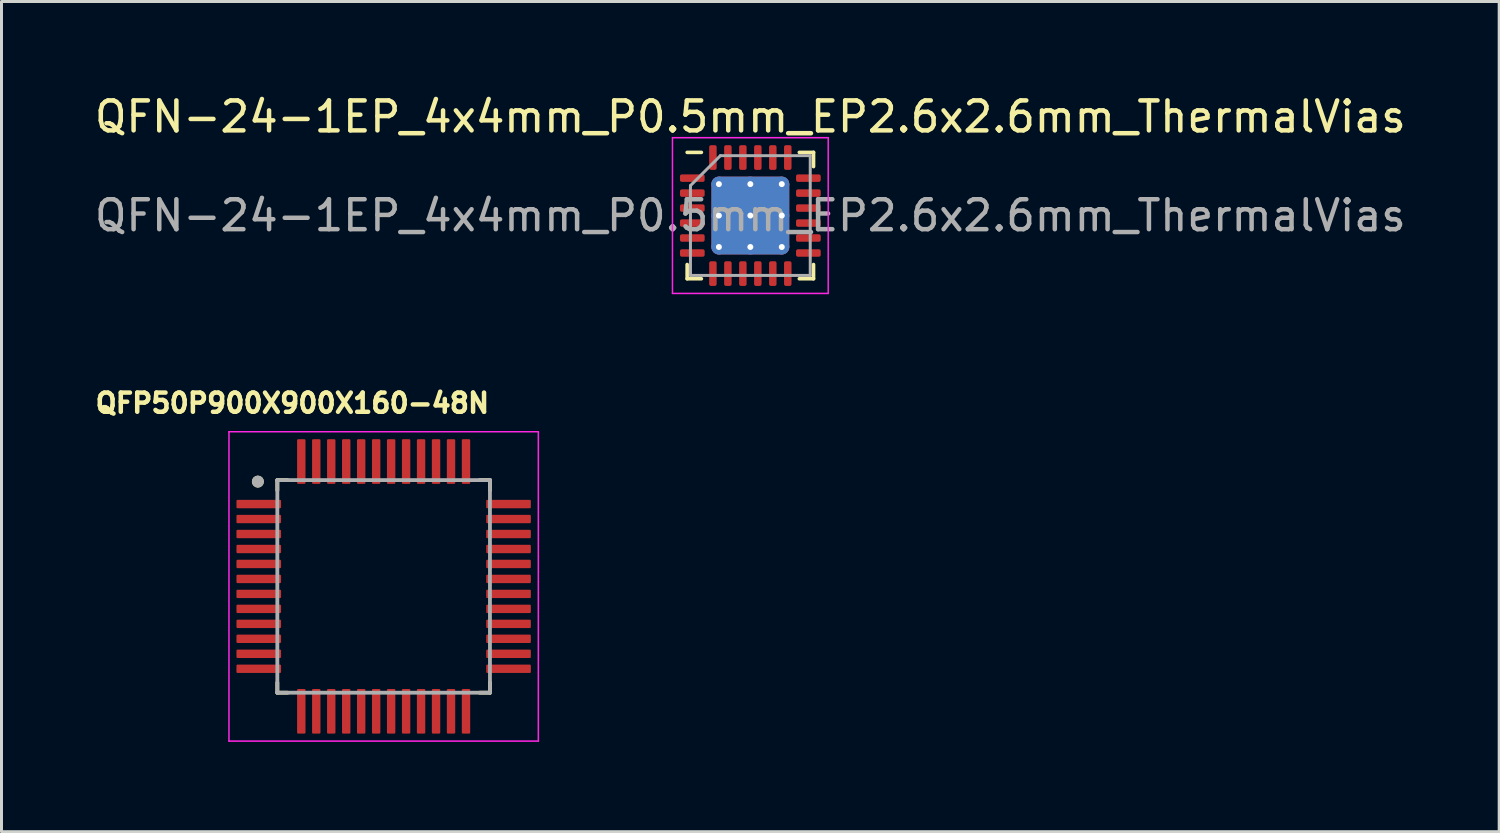
<source format=kicad_pcb>
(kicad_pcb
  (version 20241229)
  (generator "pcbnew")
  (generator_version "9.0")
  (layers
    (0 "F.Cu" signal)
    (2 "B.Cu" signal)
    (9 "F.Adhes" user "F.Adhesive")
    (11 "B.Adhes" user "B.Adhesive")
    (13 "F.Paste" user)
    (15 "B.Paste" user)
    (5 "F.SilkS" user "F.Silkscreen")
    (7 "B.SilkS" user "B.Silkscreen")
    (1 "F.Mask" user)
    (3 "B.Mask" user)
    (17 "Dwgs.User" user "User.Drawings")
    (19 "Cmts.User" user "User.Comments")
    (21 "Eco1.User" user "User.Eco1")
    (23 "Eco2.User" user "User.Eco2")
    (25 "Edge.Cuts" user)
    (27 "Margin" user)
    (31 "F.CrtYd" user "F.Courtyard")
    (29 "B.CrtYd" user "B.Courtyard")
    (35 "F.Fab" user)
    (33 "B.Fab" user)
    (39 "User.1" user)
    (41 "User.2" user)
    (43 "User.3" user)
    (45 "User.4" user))
  (footprint "QFN-24-1EP_4x4mm_P0.5mm_EP2.6x2.6mm_ThermalVias"
    (layer "F.Cu")
    (at 22.006 4.148)
    (property "Reference" "QFN-24-1EP_4x4mm_P0.5mm_EP2.6x2.6mm_ThermalVias" (at 0 -3.3 0) (layer "F.SilkS") (effects (font (size 1 1) (thickness 0.15))))
    (attr smd)
    (fp_line (start -2.11 2.11) (end -2.11 1.635) (stroke (width 0.12) (type solid)) (layer "F.SilkS"))
    (fp_line (start -1.635 -2.11) (end -2.11 -2.11) (stroke (width 0.12) (type solid)) (layer "F.SilkS"))
    (fp_line (start -1.635 2.11) (end -2.11 2.11) (stroke (width 0.12) (type solid)) (layer "F.SilkS"))
    (fp_line (start 1.635 -2.11) (end 2.11 -2.11) (stroke (width 0.12) (type solid)) (layer "F.SilkS"))
    (fp_line (start 1.635 2.11) (end 2.11 2.11) (stroke (width 0.12) (type solid)) (layer "F.SilkS"))
    (fp_line (start 2.11 -2.11) (end 2.11 -1.635) (stroke (width 0.12) (type solid)) (layer "F.SilkS"))
    (fp_line (start 2.11 2.11) (end 2.11 1.635) (stroke (width 0.12) (type solid)) (layer "F.SilkS"))
    (fp_line (start -2.6 -2.6) (end -2.6 2.6) (stroke (width 0.05) (type solid)) (layer "F.CrtYd"))
    (fp_line (start -2.6 2.6) (end 2.6 2.6) (stroke (width 0.05) (type solid)) (layer "F.CrtYd"))
    (fp_line (start 2.6 -2.6) (end -2.6 -2.6) (stroke (width 0.05) (type solid)) (layer "F.CrtYd"))
    (fp_line (start 2.6 2.6) (end 2.6 -2.6) (stroke (width 0.05) (type solid)) (layer "F.CrtYd"))
    (fp_line (start -2 -1) (end -1 -2) (stroke (width 0.1) (type solid)) (layer "F.Fab"))
    (fp_line (start -2 2) (end -2 -1) (stroke (width 0.1) (type solid)) (layer "F.Fab"))
    (fp_line (start -1 -2) (end 2 -2) (stroke (width 0.1) (type solid)) (layer "F.Fab"))
    (fp_line (start 2 -2) (end 2 2) (stroke (width 0.1) (type solid)) (layer "F.Fab"))
    (fp_line (start 2 2) (end -2 2) (stroke (width 0.1) (type solid)) (layer "F.Fab"))
    (fp_text user "${REFERENCE}" (at 0 0 0) (layer "F.Fab") (effects (font (size 1 1) (thickness 0.15))))
    (pad "" smd roundrect (at -0.65 -0.65) (size 1.13 1.13) (layers "F.Paste") (roundrect_rratio 0.221))
    (pad "" smd roundrect (at -0.65 0.65) (size 1.13 1.13) (layers "F.Paste") (roundrect_rratio 0.221))
    (pad "" smd roundrect (at 0.65 -0.65) (size 1.13 1.13) (layers "F.Paste") (roundrect_rratio 0.221))
    (pad "" smd roundrect (at 0.65 0.65) (size 1.13 1.13) (layers "F.Paste") (roundrect_rratio 0.221))
    (pad "1" smd roundrect (at -1.938 -1.25) (size 0.825 0.25) (layers "F.Cu" "F.Mask" "F.Paste") (roundrect_rratio 0.25))
    (pad "2" smd roundrect (at -1.938 -0.75) (size 0.825 0.25) (layers "F.Cu" "F.Mask" "F.Paste") (roundrect_rratio 0.25))
    (pad "3" smd roundrect (at -1.938 -0.25) (size 0.825 0.25) (layers "F.Cu" "F.Mask" "F.Paste") (roundrect_rratio 0.25))
    (pad "4" smd roundrect (at -1.938 0.25) (size 0.825 0.25) (layers "F.Cu" "F.Mask" "F.Paste") (roundrect_rratio 0.25))
    (pad "5" smd roundrect (at -1.938 0.75) (size 0.825 0.25) (layers "F.Cu" "F.Mask" "F.Paste") (roundrect_rratio 0.25))
    (pad "6" smd roundrect (at -1.938 1.25) (size 0.825 0.25) (layers "F.Cu" "F.Mask" "F.Paste") (roundrect_rratio 0.25))
    (pad "7" smd roundrect (at -1.25 1.938) (size 0.25 0.825) (layers "F.Cu" "F.Mask" "F.Paste") (roundrect_rratio 0.25))
    (pad "8" smd roundrect (at -0.75 1.938) (size 0.25 0.825) (layers "F.Cu" "F.Mask" "F.Paste") (roundrect_rratio 0.25))
    (pad "9" smd roundrect (at -0.25 1.938) (size 0.25 0.825) (layers "F.Cu" "F.Mask" "F.Paste") (roundrect_rratio 0.25))
    (pad "10" smd roundrect (at 0.25 1.938) (size 0.25 0.825) (layers "F.Cu" "F.Mask" "F.Paste") (roundrect_rratio 0.25))
    (pad "11" smd roundrect (at 0.75 1.938) (size 0.25 0.825) (layers "F.Cu" "F.Mask" "F.Paste") (roundrect_rratio 0.25))
    (pad "12" smd roundrect (at 1.25 1.938) (size 0.25 0.825) (layers "F.Cu" "F.Mask" "F.Paste") (roundrect_rratio 0.25))
    (pad "13" smd roundrect (at 1.938 1.25) (size 0.825 0.25) (layers "F.Cu" "F.Mask" "F.Paste") (roundrect_rratio 0.25))
    (pad "14" smd roundrect (at 1.938 0.75) (size 0.825 0.25) (layers "F.Cu" "F.Mask" "F.Paste") (roundrect_rratio 0.25))
    (pad "15" smd roundrect (at 1.938 0.25) (size 0.825 0.25) (layers "F.Cu" "F.Mask" "F.Paste") (roundrect_rratio 0.25))
    (pad "16" smd roundrect (at 1.938 -0.25) (size 0.825 0.25) (layers "F.Cu" "F.Mask" "F.Paste") (roundrect_rratio 0.25))
    (pad "17" smd roundrect (at 1.938 -0.75) (size 0.825 0.25) (layers "F.Cu" "F.Mask" "F.Paste") (roundrect_rratio 0.25))
    (pad "18" smd roundrect (at 1.938 -1.25) (size 0.825 0.25) (layers "F.Cu" "F.Mask" "F.Paste") (roundrect_rratio 0.25))
    (pad "19" smd roundrect (at 1.25 -1.938) (size 0.25 0.825) (layers "F.Cu" "F.Mask" "F.Paste") (roundrect_rratio 0.25))
    (pad "20" smd roundrect (at 0.75 -1.938) (size 0.25 0.825) (layers "F.Cu" "F.Mask" "F.Paste") (roundrect_rratio 0.25))
    (pad "21" smd roundrect (at 0.25 -1.938) (size 0.25 0.825) (layers "F.Cu" "F.Mask" "F.Paste") (roundrect_rratio 0.25))
    (pad "22" smd roundrect (at -0.25 -1.938) (size 0.25 0.825) (layers "F.Cu" "F.Mask" "F.Paste") (roundrect_rratio 0.25))
    (pad "23" smd roundrect (at -0.75 -1.938) (size 0.25 0.825) (layers "F.Cu" "F.Mask" "F.Paste") (roundrect_rratio 0.25))
    (pad "24" smd roundrect (at -1.25 -1.938) (size 0.25 0.825) (layers "F.Cu" "F.Mask" "F.Paste") (roundrect_rratio 0.25))
    (pad "25" thru_hole circle (at -1.05 -1.05) (size 0.5 0.5) (drill 0.2) (layers "*.Cu"))
    (pad "25" thru_hole circle (at -1.05 0) (size 0.5 0.5) (drill 0.2) (layers "*.Cu"))
    (pad "25" thru_hole circle (at -1.05 1.05) (size 0.5 0.5) (drill 0.2) (layers "*.Cu"))
    (pad "25" thru_hole circle (at 0 -1.05) (size 0.5 0.5) (drill 0.2) (layers "*.Cu"))
    (pad "25" thru_hole circle (at 0 0) (size 0.5 0.5) (drill 0.2) (layers "*.Cu"))
    (pad "25" smd roundrect (at 0 0) (size 2.6 2.6) (layers "F.Cu" "F.Mask") (roundrect_rratio 0.096))
    (pad "25" smd roundrect (at 0 0) (size 2.6 2.6) (layers "B.Cu") (roundrect_rratio 0.096))
    (pad "25" thru_hole circle (at 0 1.05) (size 0.5 0.5) (drill 0.2) (layers "*.Cu"))
    (pad "25" thru_hole circle (at 1.05 -1.05) (size 0.5 0.5) (drill 0.2) (layers "*.Cu"))
    (pad "25" thru_hole circle (at 1.05 0) (size 0.5 0.5) (drill 0.2) (layers "*.Cu"))
    (pad "25" thru_hole circle (at 1.05 1.05) (size 0.5 0.5) (drill 0.2) (layers "*.Cu")))
  (footprint "QFP50P900X900X160-48N"
    (layer "F.Cu")
    (at 9.761 16.532)
    (property "Reference" "QFP50P900X900X160-48N" (at -3.048 -6.121 0) (layer "F.SilkS") (effects (font (size 0.64 0.64) (thickness 0.15))))
    (attr smd)
    (fp_line (start -3.55 -3.55) (end -3.55 -3.21) (stroke (width 0.127) (type solid)) (layer "F.SilkS"))
    (fp_line (start -3.55 -3.55) (end -3.21 -3.55) (stroke (width 0.127) (type solid)) (layer "F.SilkS"))
    (fp_line (start -3.55 3.55) (end -3.55 3.21) (stroke (width 0.127) (type solid)) (layer "F.SilkS"))
    (fp_line (start -3.55 3.55) (end -3.21 3.55) (stroke (width 0.127) (type solid)) (layer "F.SilkS"))
    (fp_line (start 3.55 -3.55) (end 3.21 -3.55) (stroke (width 0.127) (type solid)) (layer "F.SilkS"))
    (fp_line (start 3.55 -3.55) (end 3.55 -3.21) (stroke (width 0.127) (type solid)) (layer "F.SilkS"))
    (fp_line (start 3.55 3.55) (end 3.21 3.55) (stroke (width 0.127) (type solid)) (layer "F.SilkS"))
    (fp_line (start 3.55 3.55) (end 3.55 3.21) (stroke (width 0.127) (type solid)) (layer "F.SilkS"))
    (fp_circle (center -4.2 -3.5) (end -4.1 -3.5) (stroke (width 0.2) (type solid)) (fill no) (layer "F.SilkS"))
    (fp_line (start -5.165 -5.165) (end 5.165 -5.165) (stroke (width 0.05) (type solid)) (layer "F.CrtYd"))
    (fp_line (start -5.165 5.165) (end -5.165 -5.165) (stroke (width 0.05) (type solid)) (layer "F.CrtYd"))
    (fp_line (start -5.165 5.165) (end 5.165 5.165) (stroke (width 0.05) (type solid)) (layer "F.CrtYd"))
    (fp_line (start 5.165 5.165) (end 5.165 -5.165) (stroke (width 0.05) (type solid)) (layer "F.CrtYd"))
    (fp_line (start -3.55 3.55) (end -3.55 -3.55) (stroke (width 0.127) (type solid)) (layer "F.Fab"))
    (fp_line (start 3.55 -3.55) (end -3.55 -3.55) (stroke (width 0.127) (type solid)) (layer "F.Fab"))
    (fp_line (start 3.55 3.55) (end -3.55 3.55) (stroke (width 0.127) (type solid)) (layer "F.Fab"))
    (fp_line (start 3.55 3.55) (end 3.55 -3.55) (stroke (width 0.127) (type solid)) (layer "F.Fab"))
    (fp_circle (center -4.2 -3.5) (end -4.1 -3.5) (stroke (width 0.2) (type solid)) (fill no) (layer "F.Fab"))
    (pad "1" smd roundrect (at -4.17 -2.75) (size 1.49 0.28) (layers "F.Cu" "F.Mask" "F.Paste") (roundrect_rratio 0.125))
    (pad "2" smd roundrect (at -4.17 -2.25) (size 1.49 0.28) (layers "F.Cu" "F.Mask" "F.Paste") (roundrect_rratio 0.125))
    (pad "3" smd roundrect (at -4.17 -1.75) (size 1.49 0.28) (layers "F.Cu" "F.Mask" "F.Paste") (roundrect_rratio 0.125))
    (pad "4" smd roundrect (at -4.17 -1.25) (size 1.49 0.28) (layers "F.Cu" "F.Mask" "F.Paste") (roundrect_rratio 0.125))
    (pad "5" smd roundrect (at -4.17 -0.75) (size 1.49 0.28) (layers "F.Cu" "F.Mask" "F.Paste") (roundrect_rratio 0.125))
    (pad "6" smd roundrect (at -4.17 -0.25) (size 1.49 0.28) (layers "F.Cu" "F.Mask" "F.Paste") (roundrect_rratio 0.125))
    (pad "7" smd roundrect (at -4.17 0.25) (size 1.49 0.28) (layers "F.Cu" "F.Mask" "F.Paste") (roundrect_rratio 0.125))
    (pad "8" smd roundrect (at -4.17 0.75) (size 1.49 0.28) (layers "F.Cu" "F.Mask" "F.Paste") (roundrect_rratio 0.125))
    (pad "9" smd roundrect (at -4.17 1.25) (size 1.49 0.28) (layers "F.Cu" "F.Mask" "F.Paste") (roundrect_rratio 0.125))
    (pad "10" smd roundrect (at -4.17 1.75) (size 1.49 0.28) (layers "F.Cu" "F.Mask" "F.Paste") (roundrect_rratio 0.125))
    (pad "11" smd roundrect (at -4.17 2.25) (size 1.49 0.28) (layers "F.Cu" "F.Mask" "F.Paste") (roundrect_rratio 0.125))
    (pad "12" smd roundrect (at -4.17 2.75) (size 1.49 0.28) (layers "F.Cu" "F.Mask" "F.Paste") (roundrect_rratio 0.125))
    (pad "13" smd roundrect (at -2.75 4.17) (size 0.28 1.49) (layers "F.Cu" "F.Mask" "F.Paste") (roundrect_rratio 0.125))
    (pad "14" smd roundrect (at -2.25 4.17) (size 0.28 1.49) (layers "F.Cu" "F.Mask" "F.Paste") (roundrect_rratio 0.125))
    (pad "15" smd roundrect (at -1.75 4.17) (size 0.28 1.49) (layers "F.Cu" "F.Mask" "F.Paste") (roundrect_rratio 0.125))
    (pad "16" smd roundrect (at -1.25 4.17) (size 0.28 1.49) (layers "F.Cu" "F.Mask" "F.Paste") (roundrect_rratio 0.125))
    (pad "17" smd roundrect (at -0.75 4.17) (size 0.28 1.49) (layers "F.Cu" "F.Mask" "F.Paste") (roundrect_rratio 0.125))
    (pad "18" smd roundrect (at -0.25 4.17) (size 0.28 1.49) (layers "F.Cu" "F.Mask" "F.Paste") (roundrect_rratio 0.125))
    (pad "19" smd roundrect (at 0.25 4.17) (size 0.28 1.49) (layers "F.Cu" "F.Mask" "F.Paste") (roundrect_rratio 0.125))
    (pad "20" smd roundrect (at 0.75 4.17) (size 0.28 1.49) (layers "F.Cu" "F.Mask" "F.Paste") (roundrect_rratio 0.125))
    (pad "21" smd roundrect (at 1.25 4.17) (size 0.28 1.49) (layers "F.Cu" "F.Mask" "F.Paste") (roundrect_rratio 0.125))
    (pad "22" smd roundrect (at 1.75 4.17) (size 0.28 1.49) (layers "F.Cu" "F.Mask" "F.Paste") (roundrect_rratio 0.125))
    (pad "23" smd roundrect (at 2.25 4.17) (size 0.28 1.49) (layers "F.Cu" "F.Mask" "F.Paste") (roundrect_rratio 0.125))
    (pad "24" smd roundrect (at 2.75 4.17) (size 0.28 1.49) (layers "F.Cu" "F.Mask" "F.Paste") (roundrect_rratio 0.125))
    (pad "25" smd roundrect (at 4.17 2.75) (size 1.49 0.28) (layers "F.Cu" "F.Mask" "F.Paste") (roundrect_rratio 0.125))
    (pad "26" smd roundrect (at 4.17 2.25) (size 1.49 0.28) (layers "F.Cu" "F.Mask" "F.Paste") (roundrect_rratio 0.125))
    (pad "27" smd roundrect (at 4.17 1.75) (size 1.49 0.28) (layers "F.Cu" "F.Mask" "F.Paste") (roundrect_rratio 0.125))
    (pad "28" smd roundrect (at 4.17 1.25) (size 1.49 0.28) (layers "F.Cu" "F.Mask" "F.Paste") (roundrect_rratio 0.125))
    (pad "29" smd roundrect (at 4.17 0.75) (size 1.49 0.28) (layers "F.Cu" "F.Mask" "F.Paste") (roundrect_rratio 0.125))
    (pad "30" smd roundrect (at 4.17 0.25) (size 1.49 0.28) (layers "F.Cu" "F.Mask" "F.Paste") (roundrect_rratio 0.125))
    (pad "31" smd roundrect (at 4.17 -0.25) (size 1.49 0.28) (layers "F.Cu" "F.Mask" "F.Paste") (roundrect_rratio 0.125))
    (pad "32" smd roundrect (at 4.17 -0.75) (size 1.49 0.28) (layers "F.Cu" "F.Mask" "F.Paste") (roundrect_rratio 0.125))
    (pad "33" smd roundrect (at 4.17 -1.25) (size 1.49 0.28) (layers "F.Cu" "F.Mask" "F.Paste") (roundrect_rratio 0.125))
    (pad "34" smd roundrect (at 4.17 -1.75) (size 1.49 0.28) (layers "F.Cu" "F.Mask" "F.Paste") (roundrect_rratio 0.125))
    (pad "35" smd roundrect (at 4.17 -2.25) (size 1.49 0.28) (layers "F.Cu" "F.Mask" "F.Paste") (roundrect_rratio 0.125))
    (pad "36" smd roundrect (at 4.17 -2.75) (size 1.49 0.28) (layers "F.Cu" "F.Mask" "F.Paste") (roundrect_rratio 0.125))
    (pad "37" smd roundrect (at 2.75 -4.17) (size 0.28 1.49) (layers "F.Cu" "F.Mask" "F.Paste") (roundrect_rratio 0.125))
    (pad "38" smd roundrect (at 2.25 -4.17) (size 0.28 1.49) (layers "F.Cu" "F.Mask" "F.Paste") (roundrect_rratio 0.125))
    (pad "39" smd roundrect (at 1.75 -4.17) (size 0.28 1.49) (layers "F.Cu" "F.Mask" "F.Paste") (roundrect_rratio 0.125))
    (pad "40" smd roundrect (at 1.25 -4.17) (size 0.28 1.49) (layers "F.Cu" "F.Mask" "F.Paste") (roundrect_rratio 0.125))
    (pad "41" smd roundrect (at 0.75 -4.17) (size 0.28 1.49) (layers "F.Cu" "F.Mask" "F.Paste") (roundrect_rratio 0.125))
    (pad "42" smd roundrect (at 0.25 -4.17) (size 0.28 1.49) (layers "F.Cu" "F.Mask" "F.Paste") (roundrect_rratio 0.125))
    (pad "43" smd roundrect (at -0.25 -4.17) (size 0.28 1.49) (layers "F.Cu" "F.Mask" "F.Paste") (roundrect_rratio 0.125))
    (pad "44" smd roundrect (at -0.75 -4.17) (size 0.28 1.49) (layers "F.Cu" "F.Mask" "F.Paste") (roundrect_rratio 0.125))
    (pad "45" smd roundrect (at -1.25 -4.17) (size 0.28 1.49) (layers "F.Cu" "F.Mask" "F.Paste") (roundrect_rratio 0.125))
    (pad "46" smd roundrect (at -1.75 -4.17) (size 0.28 1.49) (layers "F.Cu" "F.Mask" "F.Paste") (roundrect_rratio 0.125))
    (pad "47" smd roundrect (at -2.25 -4.17) (size 0.28 1.49) (layers "F.Cu" "F.Mask" "F.Paste") (roundrect_rratio 0.125))
    (pad "48" smd roundrect (at -2.75 -4.17) (size 0.28 1.49) (layers "F.Cu" "F.Mask" "F.Paste") (roundrect_rratio 0.125)))
  (gr_rect
    (start -3 -3)
    (end 47.012 24.722)
    (stroke (width 0.1) (type default))
    (fill no)
    (layer "Edge.Cuts")))
</source>
